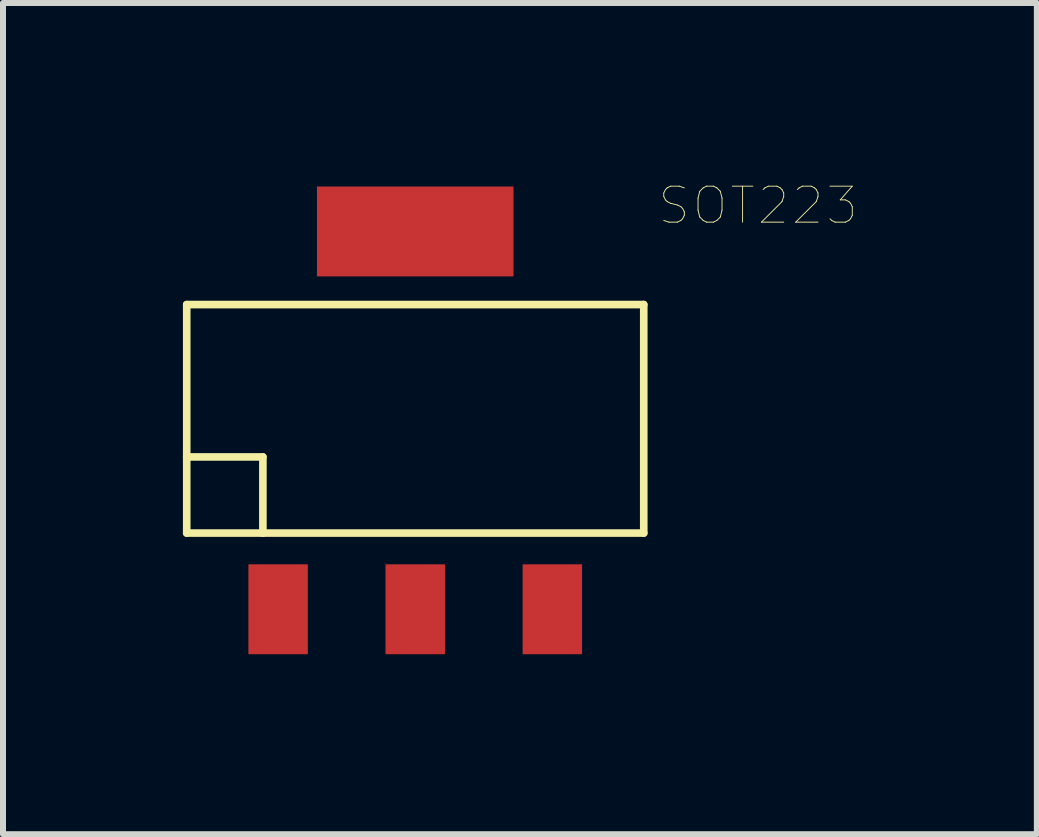
<source format=kicad_pcb>
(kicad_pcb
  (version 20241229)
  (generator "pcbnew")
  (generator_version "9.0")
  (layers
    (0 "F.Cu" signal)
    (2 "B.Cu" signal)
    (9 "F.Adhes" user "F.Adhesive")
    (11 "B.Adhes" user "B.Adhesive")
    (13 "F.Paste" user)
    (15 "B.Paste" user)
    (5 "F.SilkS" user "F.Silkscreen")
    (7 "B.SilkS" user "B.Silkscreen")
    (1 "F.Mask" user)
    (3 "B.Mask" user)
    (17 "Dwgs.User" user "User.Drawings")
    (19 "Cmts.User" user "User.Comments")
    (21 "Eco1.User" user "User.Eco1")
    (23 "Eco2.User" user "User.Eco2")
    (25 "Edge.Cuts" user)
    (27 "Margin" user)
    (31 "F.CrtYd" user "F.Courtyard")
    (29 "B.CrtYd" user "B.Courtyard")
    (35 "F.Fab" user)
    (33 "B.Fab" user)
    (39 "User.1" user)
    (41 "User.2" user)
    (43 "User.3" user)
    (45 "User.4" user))
  (footprint "SOT223"
    (layer "F.Cu")
    (at 3.873 7.108)
    (property "Reference" "SOT223" (at 5.715 -6.731 0) (layer "F.SilkS") (effects (font (size 0.6 0.6) (thickness 0.015))))
    (attr through_hole)
    (fp_line (start -3.81 -5.08) (end -3.81 -2.54) (stroke (width 0.127) (type solid)) (layer "F.SilkS"))
    (fp_line (start -3.81 -2.54) (end -3.81 -1.27) (stroke (width 0.127) (type solid)) (layer "F.SilkS"))
    (fp_line (start -3.81 -2.54) (end -2.54 -2.54) (stroke (width 0.127) (type solid)) (layer "F.SilkS"))
    (fp_line (start -3.81 -1.27) (end -2.54 -1.27) (stroke (width 0.127) (type solid)) (layer "F.SilkS"))
    (fp_line (start -2.54 -2.54) (end -2.54 -1.27) (stroke (width 0.127) (type solid)) (layer "F.SilkS"))
    (fp_line (start -2.54 -1.27) (end 3.81 -1.27) (stroke (width 0.127) (type solid)) (layer "F.SilkS"))
    (fp_line (start 3.81 -5.08) (end -3.81 -5.08) (stroke (width 0.127) (type solid)) (layer "F.SilkS"))
    (fp_line (start 3.81 -1.27) (end 3.81 -5.08) (stroke (width 0.127) (type solid)) (layer "F.SilkS"))
    (pad "1" smd rect (at -2.286 0) (size 0.991 1.499) (layers "F.Cu" "F.Mask" "F.Paste"))
    (pad "2" smd rect (at 0 0) (size 0.991 1.499) (layers "F.Cu" "F.Mask" "F.Paste"))
    (pad "3" smd rect (at 2.286 0) (size 0.991 1.499) (layers "F.Cu" "F.Mask" "F.Paste"))
    (pad "T" smd rect (at 0 -6.299) (size 3.277 1.499) (layers "F.Cu" "F.Mask" "F.Paste")))
  (gr_rect
    (start -3 -3)
    (end 14.237 10.858)
    (stroke (width 0.1) (type default))
    (fill no)
    (layer "Edge.Cuts")))
</source>
